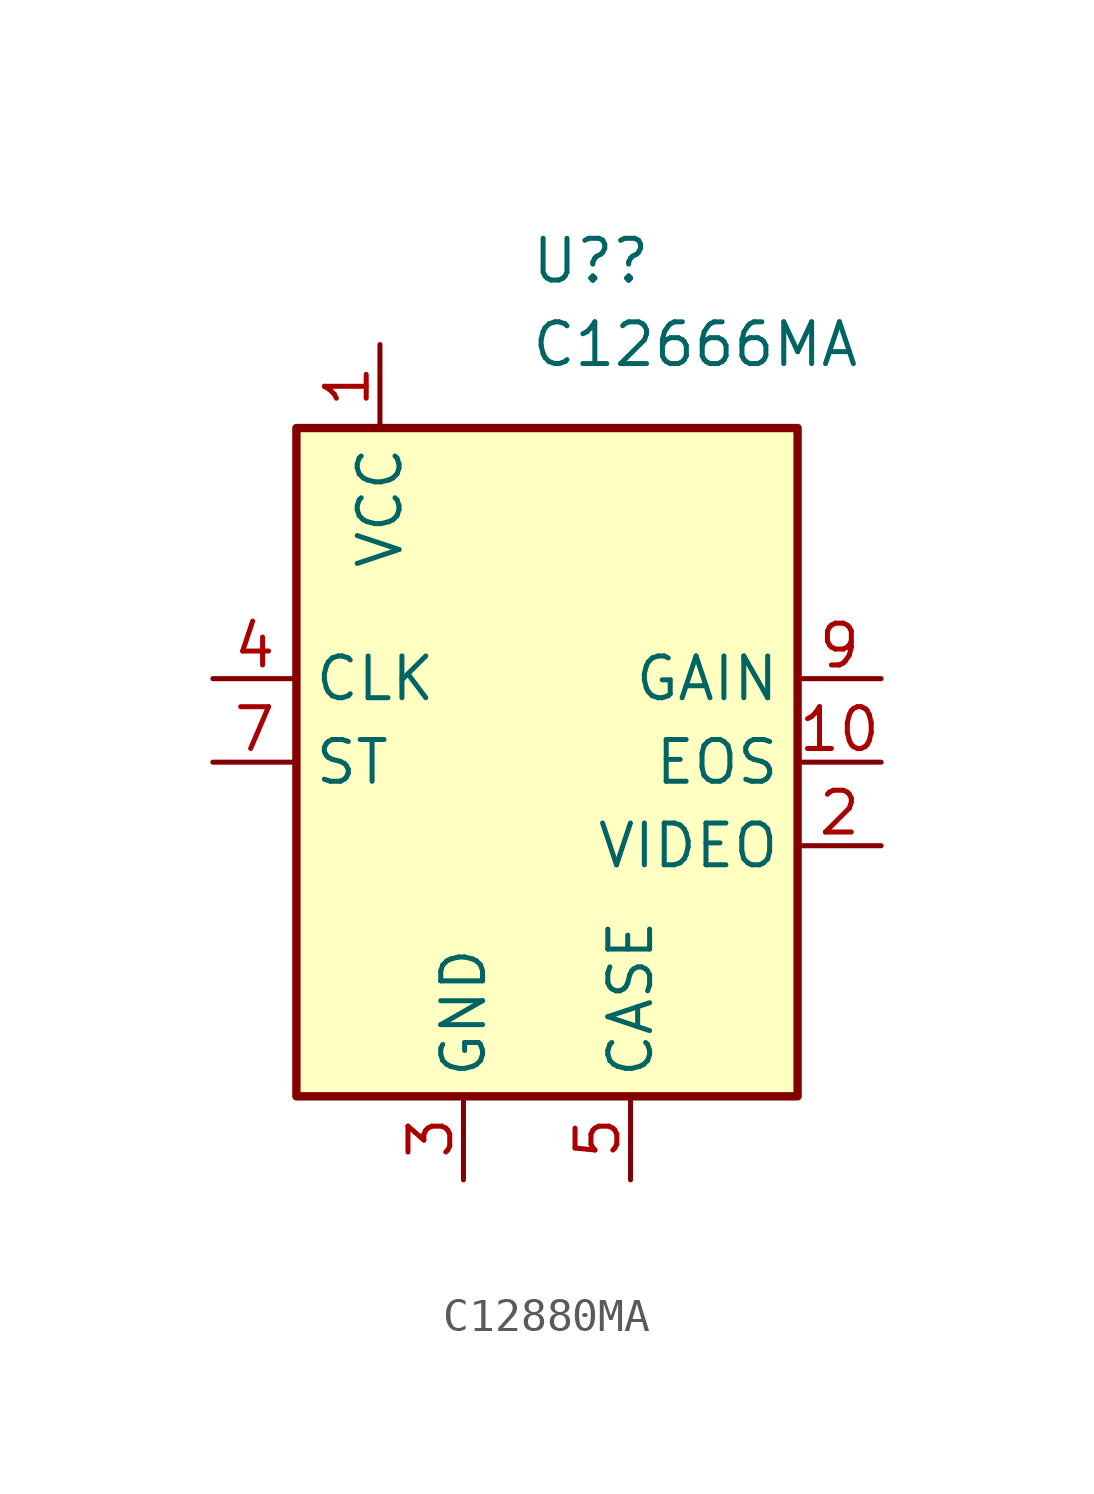
<source format=kicad_sym>
(kicad_symbol_lib
  (version 20211014)
  (generator kicad_symbol_editor)
  (symbol "C12880MA"
    (property "Reference" "U?"
      (at -0.521 15.24 0)
      (effects (font (size 1.27 1.27)) (justify left)))
    (property "Value" "C12666MA"
      (at -0.521 12.7 0)
      (effects (font (size 1.27 1.27)) (justify left)))
    (symbol "C12880MA_0_1"
      (rectangle (start -7.62 10.16) (end 7.62 -10.16) (stroke (width 0.254) (type default) (color 0 0 0 0)) (fill (type background))))
    (symbol "C12880MA_1_1"
      (pin power_in line (at -5.08 12.7 270) (length 2.54) (name "VCC" (effects (font (size 1.27 1.27)))) (number "1" (effects (font (size 1.27 1.27)))))
      (pin output line (at 10.16 0 180) (length 2.54) (name "EOS" (effects (font (size 1.27 1.27)))) (number "10" (effects (font (size 1.27 1.27)))))
      (pin output line (at 10.16 -2.54 180) (length 2.54) (name "VIDEO" (effects (font (size 1.27 1.27)))) (number "2" (effects (font (size 1.27 1.27)))))
      (pin power_in line (at -2.54 -12.7 90) (length 2.54) (name "GND" (effects (font (size 1.27 1.27)))) (number "3" (effects (font (size 1.27 1.27)))))
      (pin input line (at -10.16 2.54 0) (length 2.54) (name "CLK" (effects (font (size 1.27 1.27)))) (number "4" (effects (font (size 1.27 1.27)))))
      (pin passive line (at 2.54 -12.7 90) (length 2.54) (name "CASE" (effects (font (size 1.27 1.27)))) (number "5" (effects (font (size 1.27 1.27)))))
      (pin no_connect line (at 7.62 5.08 180) (length 2.54) hide (name "NC" (effects (font (size 1.27 1.27)))) (number "6" (effects (font (size 1.27 1.27)))))
      (pin input line (at -10.16 0 0) (length 2.54) (name "ST" (effects (font (size 1.27 1.27)))) (number "7" (effects (font (size 1.27 1.27)))))
      (pin no_connect line (at -7.62 -2.54 0) (length 2.54) hide (name "NC" (effects (font (size 1.27 1.27)))) (number "8" (effects (font (size 1.27 1.27)))))
      (pin output line (at 10.16 2.54 180) (length 2.54) (name "GAIN" (effects (font (size 1.27 1.27)))) (number "9" (effects (font (size 1.27 1.27))))))))
</source>
